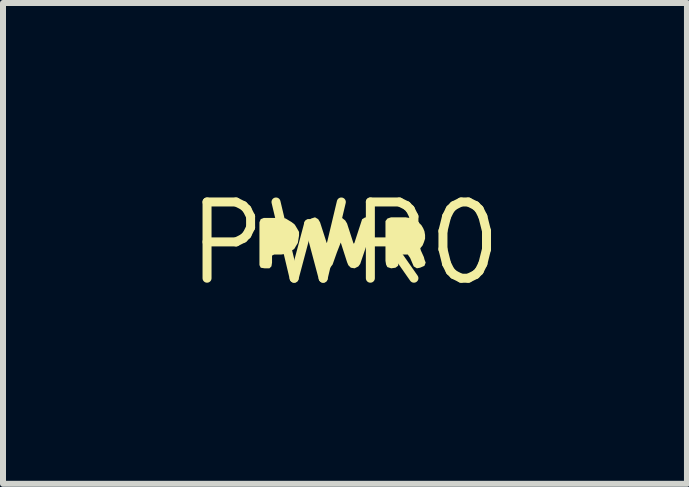
<source format=kicad_pcb>
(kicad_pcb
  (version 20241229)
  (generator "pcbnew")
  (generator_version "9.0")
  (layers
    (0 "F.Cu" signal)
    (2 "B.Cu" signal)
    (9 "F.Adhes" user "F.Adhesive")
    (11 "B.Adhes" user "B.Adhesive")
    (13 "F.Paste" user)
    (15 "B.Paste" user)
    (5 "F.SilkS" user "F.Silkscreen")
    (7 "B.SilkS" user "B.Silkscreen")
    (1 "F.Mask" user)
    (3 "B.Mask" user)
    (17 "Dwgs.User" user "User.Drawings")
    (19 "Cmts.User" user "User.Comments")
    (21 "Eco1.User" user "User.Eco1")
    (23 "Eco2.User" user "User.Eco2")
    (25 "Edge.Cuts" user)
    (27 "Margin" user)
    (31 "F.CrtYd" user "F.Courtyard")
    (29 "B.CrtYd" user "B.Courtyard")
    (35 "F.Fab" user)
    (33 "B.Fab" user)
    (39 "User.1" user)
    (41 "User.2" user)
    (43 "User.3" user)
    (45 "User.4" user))
  (footprint "PWR0"
    (layer "F.Cu")
    (at 2.698 1.006)
    (property "Reference" "PWR0" (at 0 0 0) (layer "F.SilkS") (effects (font (size 1.27 1.27) (thickness 0.15))))
    (fp_poly (pts (xy -0.988 -0.415) (xy -0.937 -0.384) (xy -0.887 -0.354) (xy -0.836 -0.313) (xy -0.806 -0.263) (xy -0.776 -0.212) (xy -0.765 -0.191) (xy -0.765 -0.13) (xy -0.785 -0.008) (xy -0.816 0.043) (xy -0.846 0.094) (xy -0.897 0.124) (xy -0.947 0.154) (xy -0.943 0.164) (xy -0.999 0.175) (xy -1.06 0.185) (xy -1.179 0.185) (xy -1.215 0.203) (xy -1.215 0.32) (xy -1.225 0.382) (xy -1.258 0.415) (xy -1.34 0.415) (xy -1.403 0.405) (xy -1.425 0.361) (xy -1.425 -0.351) (xy -1.404 -0.404) (xy -1.351 -0.425) (xy -1.05 -0.425)) (stroke (width 0) (type default)) (fill yes) (layer "F.SilkS"))
    (fp_poly (pts (xy 0.402 -0.415) (xy 0.464 -0.384) (xy 0.485 -0.34) (xy 0.465 -0.278) (xy 0.254 0.342) (xy 0.223 0.384) (xy 0.161 0.415) (xy 0.098 0.405) (xy 0.056 0.363) (xy 0.035 0.312) (xy -0.07 -0.015) (xy -0.135 0.152) (xy -0.206 0.352) (xy -0.247 0.405) (xy -0.3 0.415) (xy -0.363 0.394) (xy -0.394 0.352) (xy -0.615 -0.269) (xy -0.625 -0.33) (xy -0.614 -0.383) (xy -0.562 -0.415) (xy -0.499 -0.435) (xy -0.446 -0.404) (xy -0.415 -0.352) (xy -0.306 -0.013) (xy -0.292 0.001) (xy -0.185 -0.332) (xy -0.154 -0.383) (xy -0.112 -0.415) (xy -0.049 -0.425) (xy 0.004 -0.383) (xy 0.035 -0.332) (xy 0.143 0.003) (xy 0.156 -0.004) (xy 0.286 -0.403) (xy 0.339 -0.435)) (stroke (width 0) (type default)) (fill yes) (layer "F.SilkS"))
    (fp_poly (pts (xy 1.071 -0.425) (xy 1.122 -0.415) (xy 1.182 -0.384) (xy 1.238 -0.351) (xy 1.232 -0.345) (xy 1.274 -0.303) (xy 1.304 -0.252) (xy 1.325 -0.201) (xy 1.335 -0.14) (xy 1.335 -0.079) (xy 1.315 -0.018) (xy 1.294 0.033) (xy 1.255 0.081) (xy 1.265 0.118) (xy 1.315 0.228) (xy 1.325 0.268) (xy 1.345 0.32) (xy 1.324 0.374) (xy 1.251 0.405) (xy 1.199 0.415) (xy 1.146 0.383) (xy 1.086 0.242) (xy 1.047 0.185) (xy 0.931 0.185) (xy 0.895 0.194) (xy 0.895 0.31) (xy 0.885 0.373) (xy 0.842 0.405) (xy 0.77 0.415) (xy 0.706 0.394) (xy 0.685 0.352) (xy 0.675 0.29) (xy 0.675 -0.372) (xy 0.707 -0.414) (xy 0.769 -0.435) (xy 1.01 -0.435)) (stroke (width 0) (type default)) (fill yes) (layer "F.SilkS")))
  (gr_rect
    (start -3 -3)
    (end 8.397 5.012)
    (stroke (width 0.1) (type default))
    (fill no)
    (layer "Edge.Cuts")))
</source>
